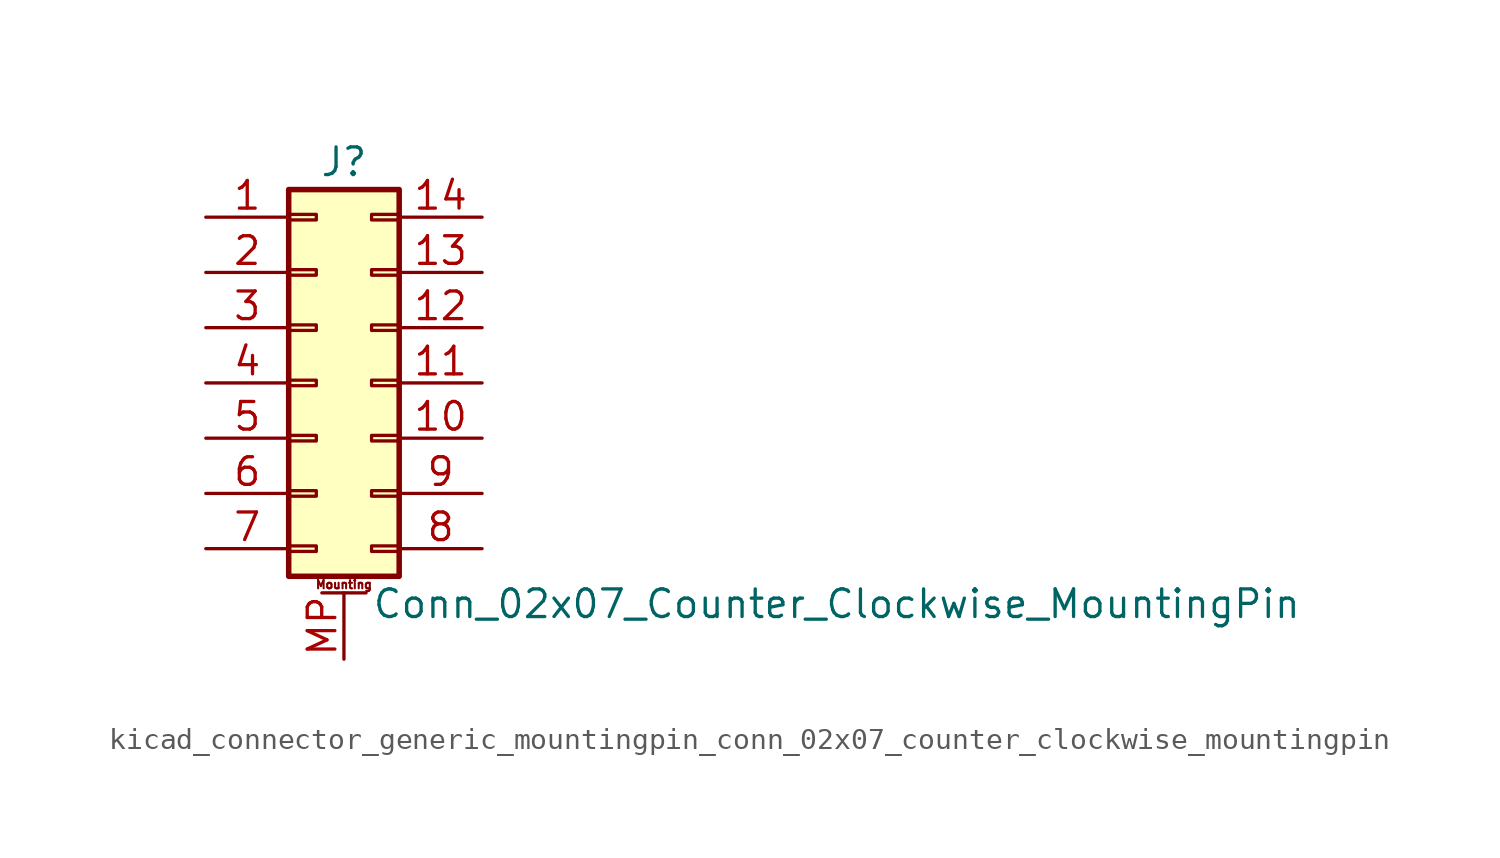
<source format=kicad_sym>
(kicad_symbol_lib
  (version 20220914)
  (generator kicad_symbol_editor)
  (symbol "kicad_connector_generic_mountingpin_conn_02x07_counter_clockwise_mountingpin"
    (pin_names
      (offset 1.016) hide)
    (property "Reference" "J"
      (at 1.27 10.16 0)
      (effects (font (size 1.27 1.27))))
    (property "Value" "Conn_02x07_Counter_Clockwise_MountingPin"
      (at 2.54 -10.16 0)
      (effects (font (size 1.27 1.27)) (justify left)))
    (symbol "kicad_connector_generic_mountingpin_conn_02x07_counter_clockwise_mountingpin_1_1"
      (rectangle (start -1.27 -7.493) (end 0 -7.747) (stroke (width 0.152) (type default)) (fill (type none)))
      (rectangle (start -1.27 -4.953) (end 0 -5.207) (stroke (width 0.152) (type default)) (fill (type none)))
      (rectangle (start -1.27 -2.413) (end 0 -2.667) (stroke (width 0.152) (type default)) (fill (type none)))
      (rectangle (start -1.27 0.127) (end 0 -0.127) (stroke (width 0.152) (type default)) (fill (type none)))
      (rectangle (start -1.27 2.667) (end 0 2.413) (stroke (width 0.152) (type default)) (fill (type none)))
      (rectangle (start -1.27 5.207) (end 0 4.953) (stroke (width 0.152) (type default)) (fill (type none)))
      (rectangle (start -1.27 7.747) (end 0 7.493) (stroke (width 0.152) (type default)) (fill (type none)))
      (rectangle (start -1.27 8.89) (end 3.81 -8.89) (stroke (width 0.254) (type default)) (fill (type background)))
      (polyline (pts (xy 0.254 -9.652) (xy 2.286 -9.652)) (stroke (width 0.152) (type default)) (fill (type none)))
      (rectangle (start 3.81 -7.493) (end 2.54 -7.747) (stroke (width 0.152) (type default)) (fill (type none)))
      (rectangle (start 3.81 -4.953) (end 2.54 -5.207) (stroke (width 0.152) (type default)) (fill (type none)))
      (rectangle (start 3.81 -2.413) (end 2.54 -2.667) (stroke (width 0.152) (type default)) (fill (type none)))
      (rectangle (start 3.81 0.127) (end 2.54 -0.127) (stroke (width 0.152) (type default)) (fill (type none)))
      (rectangle (start 3.81 2.667) (end 2.54 2.413) (stroke (width 0.152) (type default)) (fill (type none)))
      (rectangle (start 3.81 5.207) (end 2.54 4.953) (stroke (width 0.152) (type default)) (fill (type none)))
      (rectangle (start 3.81 7.747) (end 2.54 7.493) (stroke (width 0.152) (type default)) (fill (type none)))
      (text "Mounting" (at 1.27 -9.271 0) (effects (font (size 0.381 0.381))))
      (pin passive line (at -5.08 7.62 0) (length 3.81) (name "Pin_1" (effects (font (size 1.27 1.27)))) (number "1" (effects (font (size 1.27 1.27)))))
      (pin passive line (at 7.62 -2.54 180) (length 3.81) (name "Pin_10" (effects (font (size 1.27 1.27)))) (number "10" (effects (font (size 1.27 1.27)))))
      (pin passive line (at 7.62 0 180) (length 3.81) (name "Pin_11" (effects (font (size 1.27 1.27)))) (number "11" (effects (font (size 1.27 1.27)))))
      (pin passive line (at 7.62 2.54 180) (length 3.81) (name "Pin_12" (effects (font (size 1.27 1.27)))) (number "12" (effects (font (size 1.27 1.27)))))
      (pin passive line (at 7.62 5.08 180) (length 3.81) (name "Pin_13" (effects (font (size 1.27 1.27)))) (number "13" (effects (font (size 1.27 1.27)))))
      (pin passive line (at 7.62 7.62 180) (length 3.81) (name "Pin_14" (effects (font (size 1.27 1.27)))) (number "14" (effects (font (size 1.27 1.27)))))
      (pin passive line (at -5.08 5.08 0) (length 3.81) (name "Pin_2" (effects (font (size 1.27 1.27)))) (number "2" (effects (font (size 1.27 1.27)))))
      (pin passive line (at -5.08 2.54 0) (length 3.81) (name "Pin_3" (effects (font (size 1.27 1.27)))) (number "3" (effects (font (size 1.27 1.27)))))
      (pin passive line (at -5.08 0 0) (length 3.81) (name "Pin_4" (effects (font (size 1.27 1.27)))) (number "4" (effects (font (size 1.27 1.27)))))
      (pin passive line (at -5.08 -2.54 0) (length 3.81) (name "Pin_5" (effects (font (size 1.27 1.27)))) (number "5" (effects (font (size 1.27 1.27)))))
      (pin passive line (at -5.08 -5.08 0) (length 3.81) (name "Pin_6" (effects (font (size 1.27 1.27)))) (number "6" (effects (font (size 1.27 1.27)))))
      (pin passive line (at -5.08 -7.62 0) (length 3.81) (name "Pin_7" (effects (font (size 1.27 1.27)))) (number "7" (effects (font (size 1.27 1.27)))))
      (pin passive line (at 7.62 -7.62 180) (length 3.81) (name "Pin_8" (effects (font (size 1.27 1.27)))) (number "8" (effects (font (size 1.27 1.27)))))
      (pin passive line (at 7.62 -5.08 180) (length 3.81) (name "Pin_9" (effects (font (size 1.27 1.27)))) (number "9" (effects (font (size 1.27 1.27)))))
      (pin passive line (at 1.27 -12.7 90) (length 3.048) (name "MountPin" (effects (font (size 1.27 1.27)))) (number "MP" (effects (font (size 1.27 1.27))))))))
</source>
